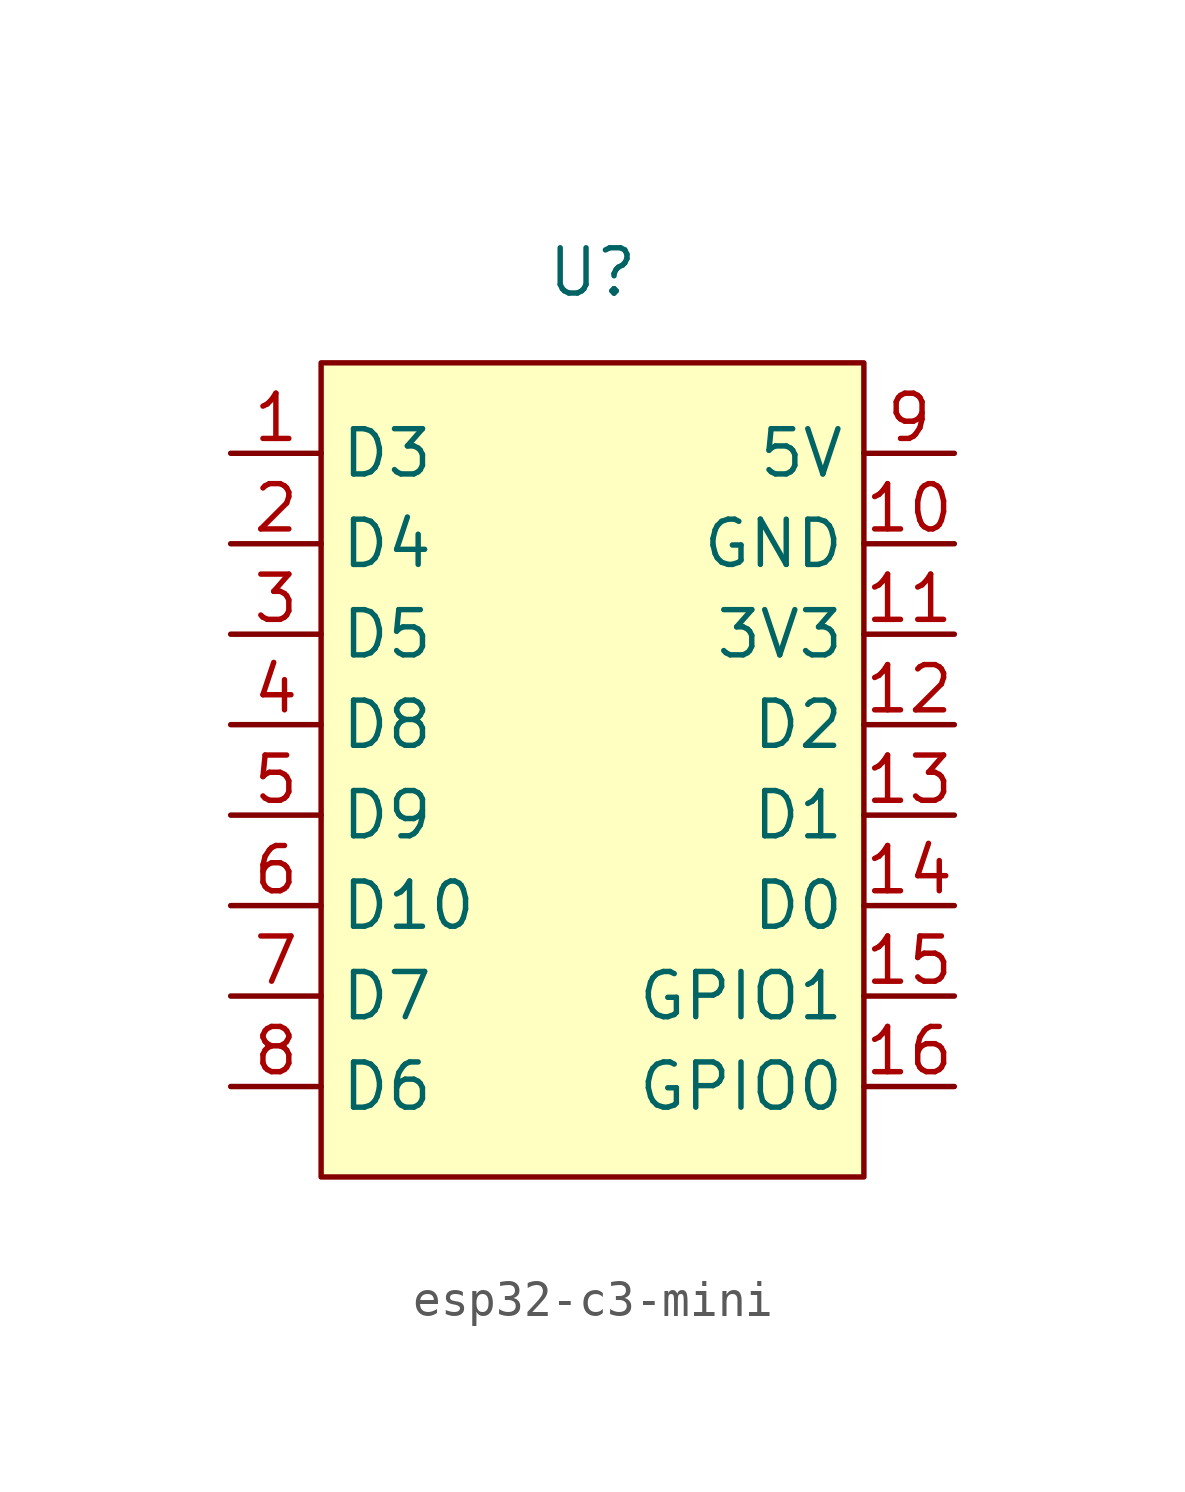
<source format=kicad_sym>
(kicad_symbol_lib
  (version 20220914)
  (generator kicad_symbol_editor)
  (symbol "esp32-c3-mini"
    (property "Reference" "U"
      (at 0 12.7 0)
      (effects (font (size 1.27 1.27))))
    (property "Value" ""
      (at -3.81 3.81 0)
      (effects (font (size 1.27 1.27))))
    (symbol "esp32-c3-mini_1_1"
      (rectangle (start -7.62 10.16) (end 7.62 -12.7) (stroke (width 0) (type default)) (fill (type background)))
      (pin input line (at -10.16 7.62 0) (length 2.54) (name "D3" (effects (font (size 1.27 1.27)))) (number "1" (effects (font (size 1.27 1.27)))))
      (pin power_in line (at 10.16 5.08 180) (length 2.54) (name "GND" (effects (font (size 1.27 1.27)))) (number "10" (effects (font (size 1.27 1.27)))))
      (pin input line (at 10.16 2.54 180) (length 2.54) (name "3V3" (effects (font (size 1.27 1.27)))) (number "11" (effects (font (size 1.27 1.27)))))
      (pin input line (at 10.16 0 180) (length 2.54) (name "D2" (effects (font (size 1.27 1.27)))) (number "12" (effects (font (size 1.27 1.27)))))
      (pin input line (at 10.16 -2.54 180) (length 2.54) (name "D1" (effects (font (size 1.27 1.27)))) (number "13" (effects (font (size 1.27 1.27)))))
      (pin input line (at 10.16 -5.08 180) (length 2.54) (name "D0" (effects (font (size 1.27 1.27)))) (number "14" (effects (font (size 1.27 1.27)))))
      (pin input line (at 10.16 -7.62 180) (length 2.54) (name "GPIO1" (effects (font (size 1.27 1.27)))) (number "15" (effects (font (size 1.27 1.27)))))
      (pin input line (at 10.16 -10.16 180) (length 2.54) (name "GPIO0" (effects (font (size 1.27 1.27)))) (number "16" (effects (font (size 1.27 1.27)))))
      (pin input line (at -10.16 5.08 0) (length 2.54) (name "D4" (effects (font (size 1.27 1.27)))) (number "2" (effects (font (size 1.27 1.27)))))
      (pin input line (at -10.16 2.54 0) (length 2.54) (name "D5" (effects (font (size 1.27 1.27)))) (number "3" (effects (font (size 1.27 1.27)))))
      (pin input line (at -10.16 0 0) (length 2.54) (name "D8" (effects (font (size 1.27 1.27)))) (number "4" (effects (font (size 1.27 1.27)))))
      (pin input line (at -10.16 -2.54 0) (length 2.54) (name "D9" (effects (font (size 1.27 1.27)))) (number "5" (effects (font (size 1.27 1.27)))))
      (pin input line (at -10.16 -5.08 0) (length 2.54) (name "D10" (effects (font (size 1.27 1.27)))) (number "6" (effects (font (size 1.27 1.27)))))
      (pin input line (at -10.16 -7.62 0) (length 2.54) (name "D7" (effects (font (size 1.27 1.27)))) (number "7" (effects (font (size 1.27 1.27)))))
      (pin input line (at -10.16 -10.16 0) (length 2.54) (name "D6" (effects (font (size 1.27 1.27)))) (number "8" (effects (font (size 1.27 1.27)))))
      (pin power_in line (at 10.16 7.62 180) (length 2.54) (name "5V" (effects (font (size 1.27 1.27)))) (number "9" (effects (font (size 1.27 1.27))))))))
</source>
